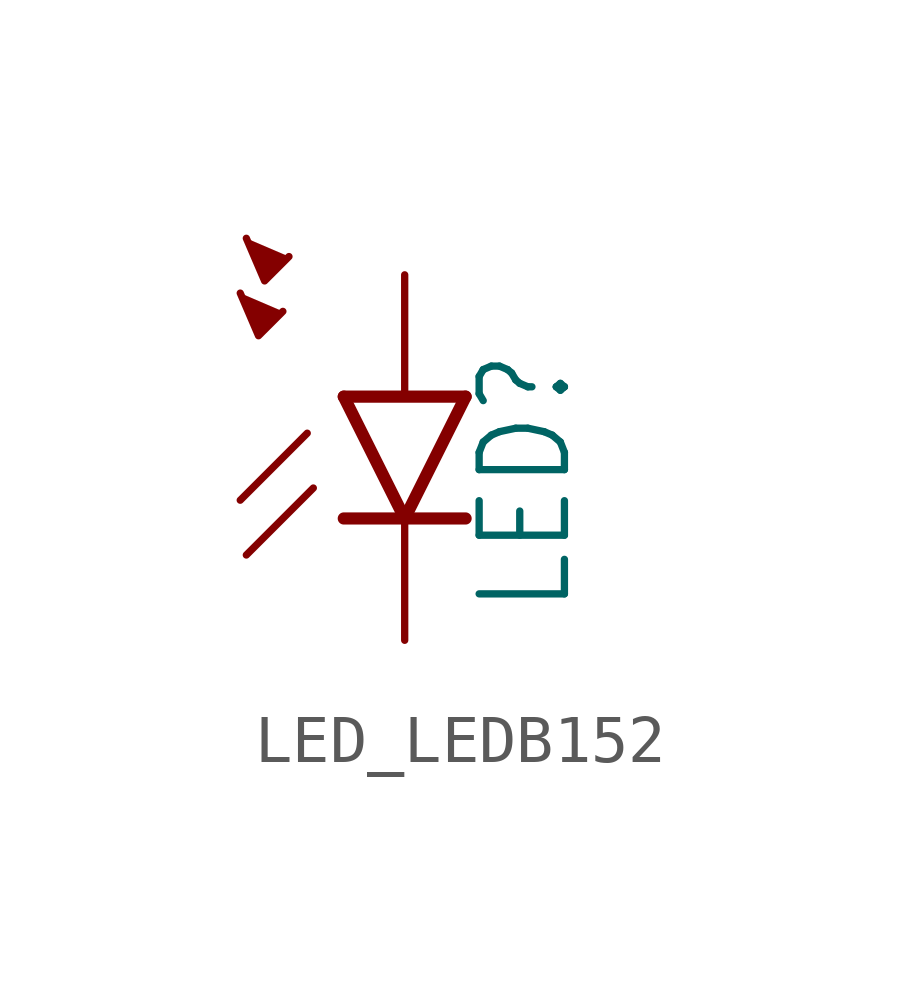
<source format=kicad_sym>
(kicad_symbol_lib
  (version 20241209)
  (generator "kicad_symbol_editor")
  (generator_version "9.0")
  (symbol "LED_LEDB152"
    (property "Reference" "LED"
      (at 3.556 -4.572 90)
      (effects (font (size 1.778 1.511)) (justify left bottom)))
    (property "Value" ""
      (at 5.715 -4.572 90)
      (effects (font (size 1.778 1.511)) (justify left bottom)))
    (property "ki_locked" ""
      (at 0 0 0)
      (effects (font (size 1.27 1.27))))
    (symbol "LED_LEDB152_1_0"
      (polyline (pts (xy -3.429 2.159) (xy -3.048 1.27) (xy -2.54 1.778)) (stroke (width 0.152) (type solid)) (fill (type outline)))
      (polyline (pts (xy -3.302 3.302) (xy -2.921 2.413) (xy -2.413 2.921)) (stroke (width 0.152) (type solid)) (fill (type outline)))
      (polyline (pts (xy -2.032 -0.762) (xy -3.429 -2.159)) (stroke (width 0.152) (type solid)) (fill (type none)))
      (polyline (pts (xy -1.905 -1.905) (xy -3.302 -3.302)) (stroke (width 0.152) (type solid)) (fill (type none)))
      (polyline (pts (xy 0 -2.54) (xy -1.27 0)) (stroke (width 0.254) (type solid)) (fill (type none)))
      (polyline (pts (xy 0 -2.54) (xy -1.27 -2.54)) (stroke (width 0.254) (type solid)) (fill (type none)))
      (polyline (pts (xy 1.27 0) (xy -1.27 0)) (stroke (width 0.254) (type solid)) (fill (type none)))
      (polyline (pts (xy 1.27 0) (xy 0 -2.54)) (stroke (width 0.254) (type solid)) (fill (type none)))
      (polyline (pts (xy 1.27 -2.54) (xy 0 -2.54)) (stroke (width 0.254) (type solid)) (fill (type none)))
      (pin passive line (at 0 2.54 270) (length 2.54) (name "A" (effects (font (size 0 0)))) (number "A" (effects (font (size 0 0)))))
      (pin passive line (at 0 -5.08 90) (length 2.54) (name "C" (effects (font (size 0 0)))) (number "K" (effects (font (size 0 0))))))))
</source>
